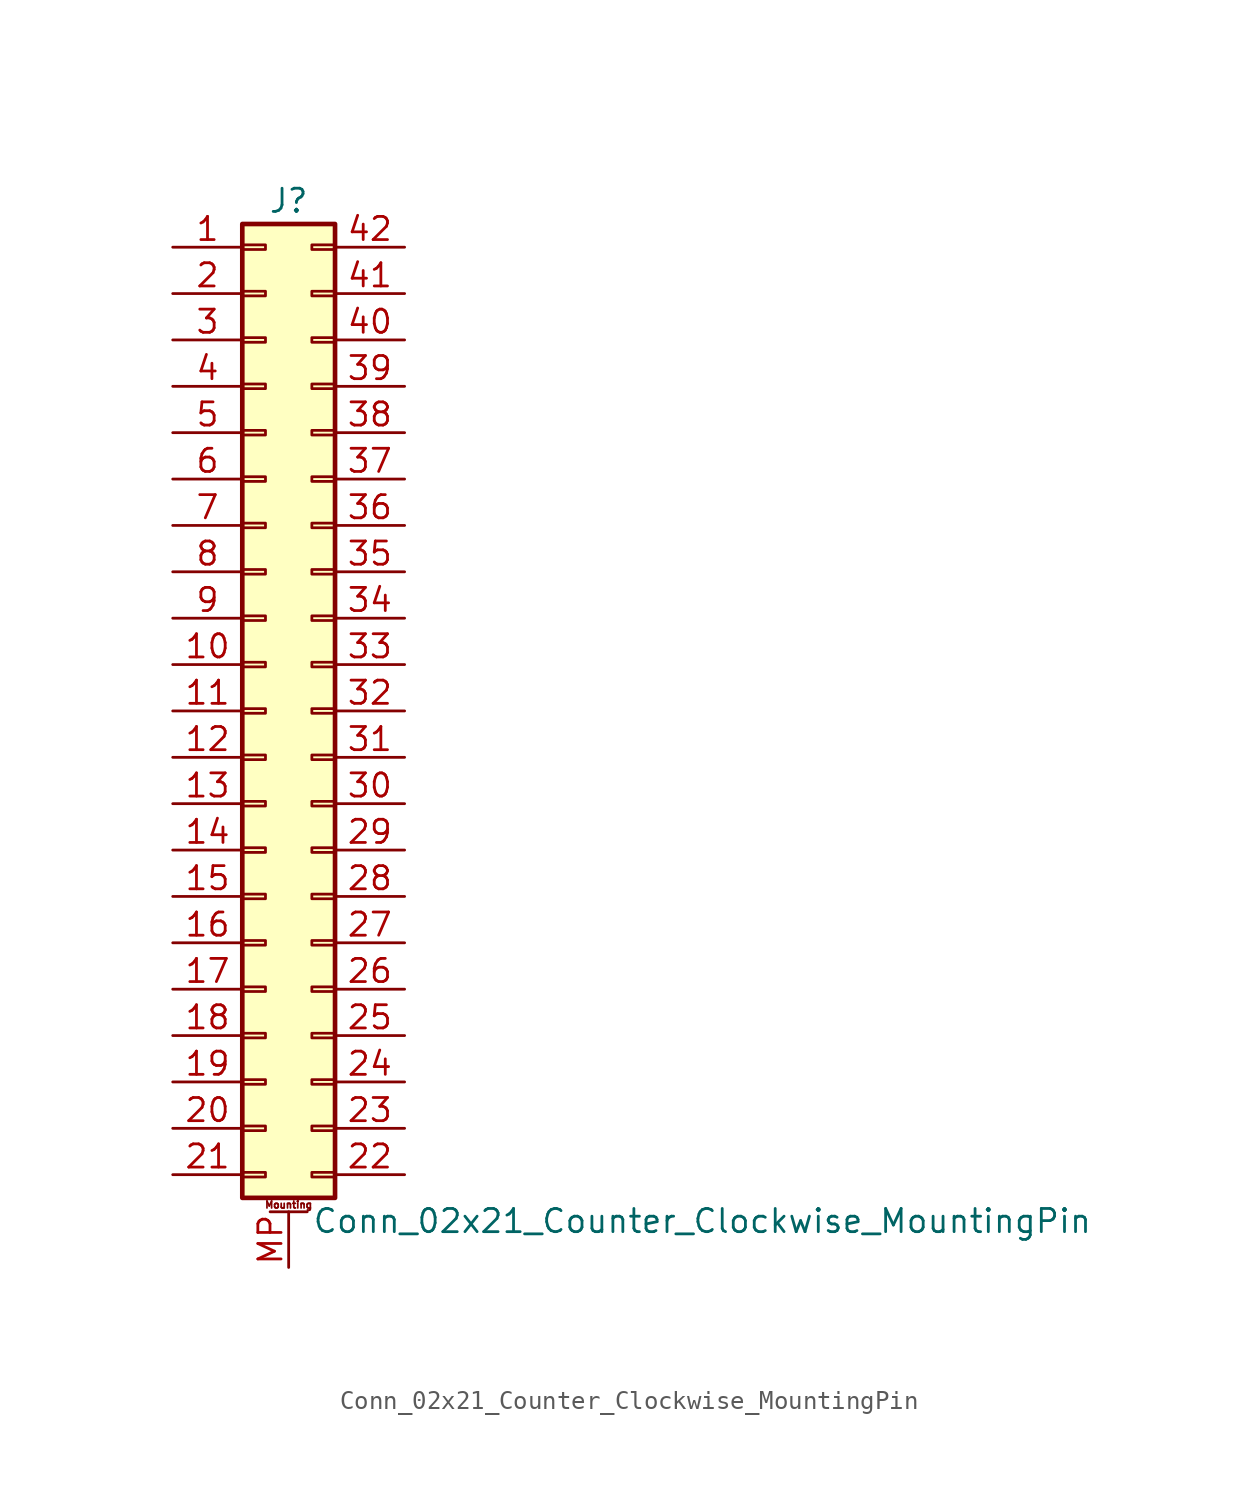
<source format=kicad_sym>
(kicad_symbol_lib
  (version 20201005)
  (generator kicad_symbol_editor)
  (symbol "Conn_02x21_Counter_Clockwise_MountingPin"
    (pin_names
      (offset 1.016) hide)
    (property "Reference" "J"
      (at 1.27 27.94 0)
      (effects (font (size 1.27 1.27))))
    (property "Value" "Conn_02x21_Counter_Clockwise_MountingPin"
      (at 2.54 -27.94 0)
      (effects (font (size 1.27 1.27)) (justify left)))
    (symbol "Conn_02x21_Counter_Clockwise_MountingPin_1_1"
      (text "Mounting" (at 1.27 -27.051 0) (effects (font (size 0.381 0.381))))
      (rectangle (start -1.27 -25.273) (end 0 -25.527) (stroke (width 0.152)) (fill (type none)))
      (rectangle (start -1.27 -22.733) (end 0 -22.987) (stroke (width 0.152)) (fill (type none)))
      (rectangle (start -1.27 -20.193) (end 0 -20.447) (stroke (width 0.152)) (fill (type none)))
      (rectangle (start -1.27 -17.653) (end 0 -17.907) (stroke (width 0.152)) (fill (type none)))
      (rectangle (start -1.27 -15.113) (end 0 -15.367) (stroke (width 0.152)) (fill (type none)))
      (rectangle (start -1.27 -12.573) (end 0 -12.827) (stroke (width 0.152)) (fill (type none)))
      (rectangle (start -1.27 -10.033) (end 0 -10.287) (stroke (width 0.152)) (fill (type none)))
      (rectangle (start -1.27 -7.493) (end 0 -7.747) (stroke (width 0.152)) (fill (type none)))
      (rectangle (start -1.27 -4.953) (end 0 -5.207) (stroke (width 0.152)) (fill (type none)))
      (rectangle (start -1.27 -2.413) (end 0 -2.667) (stroke (width 0.152)) (fill (type none)))
      (rectangle (start -1.27 0.127) (end 0 -0.127) (stroke (width 0.152)) (fill (type none)))
      (rectangle (start -1.27 2.667) (end 0 2.413) (stroke (width 0.152)) (fill (type none)))
      (rectangle (start -1.27 5.207) (end 0 4.953) (stroke (width 0.152)) (fill (type none)))
      (rectangle (start -1.27 7.747) (end 0 7.493) (stroke (width 0.152)) (fill (type none)))
      (rectangle (start -1.27 10.287) (end 0 10.033) (stroke (width 0.152)) (fill (type none)))
      (rectangle (start -1.27 12.827) (end 0 12.573) (stroke (width 0.152)) (fill (type none)))
      (rectangle (start -1.27 15.367) (end 0 15.113) (stroke (width 0.152)) (fill (type none)))
      (rectangle (start -1.27 17.907) (end 0 17.653) (stroke (width 0.152)) (fill (type none)))
      (rectangle (start -1.27 20.447) (end 0 20.193) (stroke (width 0.152)) (fill (type none)))
      (rectangle (start -1.27 22.987) (end 0 22.733) (stroke (width 0.152)) (fill (type none)))
      (rectangle (start -1.27 25.527) (end 0 25.273) (stroke (width 0.152)) (fill (type none)))
      (rectangle (start -1.27 26.67) (end 3.81 -26.67) (stroke (width 0.254)) (fill (type background)))
      (rectangle (start 3.81 -25.273) (end 2.54 -25.527) (stroke (width 0.152)) (fill (type none)))
      (rectangle (start 3.81 -22.733) (end 2.54 -22.987) (stroke (width 0.152)) (fill (type none)))
      (rectangle (start 3.81 -20.193) (end 2.54 -20.447) (stroke (width 0.152)) (fill (type none)))
      (rectangle (start 3.81 -17.653) (end 2.54 -17.907) (stroke (width 0.152)) (fill (type none)))
      (rectangle (start 3.81 -15.113) (end 2.54 -15.367) (stroke (width 0.152)) (fill (type none)))
      (rectangle (start 3.81 -12.573) (end 2.54 -12.827) (stroke (width 0.152)) (fill (type none)))
      (rectangle (start 3.81 -10.033) (end 2.54 -10.287) (stroke (width 0.152)) (fill (type none)))
      (rectangle (start 3.81 -7.493) (end 2.54 -7.747) (stroke (width 0.152)) (fill (type none)))
      (rectangle (start 3.81 -4.953) (end 2.54 -5.207) (stroke (width 0.152)) (fill (type none)))
      (rectangle (start 3.81 -2.413) (end 2.54 -2.667) (stroke (width 0.152)) (fill (type none)))
      (rectangle (start 3.81 0.127) (end 2.54 -0.127) (stroke (width 0.152)) (fill (type none)))
      (rectangle (start 3.81 2.667) (end 2.54 2.413) (stroke (width 0.152)) (fill (type none)))
      (rectangle (start 3.81 5.207) (end 2.54 4.953) (stroke (width 0.152)) (fill (type none)))
      (rectangle (start 3.81 7.747) (end 2.54 7.493) (stroke (width 0.152)) (fill (type none)))
      (rectangle (start 3.81 10.287) (end 2.54 10.033) (stroke (width 0.152)) (fill (type none)))
      (rectangle (start 3.81 12.827) (end 2.54 12.573) (stroke (width 0.152)) (fill (type none)))
      (rectangle (start 3.81 15.367) (end 2.54 15.113) (stroke (width 0.152)) (fill (type none)))
      (rectangle (start 3.81 17.907) (end 2.54 17.653) (stroke (width 0.152)) (fill (type none)))
      (rectangle (start 3.81 20.447) (end 2.54 20.193) (stroke (width 0.152)) (fill (type none)))
      (rectangle (start 3.81 22.987) (end 2.54 22.733) (stroke (width 0.152)) (fill (type none)))
      (rectangle (start 3.81 25.527) (end 2.54 25.273) (stroke (width 0.152)) (fill (type none)))
      (polyline (pts (xy 0.254 -27.432) (xy 2.286 -27.432)) (stroke (width 0.152)) (fill (type none)))
      (pin passive line (at -5.08 25.4 0) (length 3.81) (name "Pin_1" (effects (font (size 1.27 1.27)))) (number "1" (effects (font (size 1.27 1.27)))))
      (pin passive line (at -5.08 2.54 0) (length 3.81) (name "Pin_10" (effects (font (size 1.27 1.27)))) (number "10" (effects (font (size 1.27 1.27)))))
      (pin passive line (at -5.08 0 0) (length 3.81) (name "Pin_11" (effects (font (size 1.27 1.27)))) (number "11" (effects (font (size 1.27 1.27)))))
      (pin passive line (at -5.08 -2.54 0) (length 3.81) (name "Pin_12" (effects (font (size 1.27 1.27)))) (number "12" (effects (font (size 1.27 1.27)))))
      (pin passive line (at -5.08 -5.08 0) (length 3.81) (name "Pin_13" (effects (font (size 1.27 1.27)))) (number "13" (effects (font (size 1.27 1.27)))))
      (pin passive line (at -5.08 -7.62 0) (length 3.81) (name "Pin_14" (effects (font (size 1.27 1.27)))) (number "14" (effects (font (size 1.27 1.27)))))
      (pin passive line (at -5.08 -10.16 0) (length 3.81) (name "Pin_15" (effects (font (size 1.27 1.27)))) (number "15" (effects (font (size 1.27 1.27)))))
      (pin passive line (at -5.08 -12.7 0) (length 3.81) (name "Pin_16" (effects (font (size 1.27 1.27)))) (number "16" (effects (font (size 1.27 1.27)))))
      (pin passive line (at -5.08 -15.24 0) (length 3.81) (name "Pin_17" (effects (font (size 1.27 1.27)))) (number "17" (effects (font (size 1.27 1.27)))))
      (pin passive line (at -5.08 -17.78 0) (length 3.81) (name "Pin_18" (effects (font (size 1.27 1.27)))) (number "18" (effects (font (size 1.27 1.27)))))
      (pin passive line (at -5.08 -20.32 0) (length 3.81) (name "Pin_19" (effects (font (size 1.27 1.27)))) (number "19" (effects (font (size 1.27 1.27)))))
      (pin passive line (at -5.08 22.86 0) (length 3.81) (name "Pin_2" (effects (font (size 1.27 1.27)))) (number "2" (effects (font (size 1.27 1.27)))))
      (pin passive line (at -5.08 -22.86 0) (length 3.81) (name "Pin_20" (effects (font (size 1.27 1.27)))) (number "20" (effects (font (size 1.27 1.27)))))
      (pin passive line (at -5.08 -25.4 0) (length 3.81) (name "Pin_21" (effects (font (size 1.27 1.27)))) (number "21" (effects (font (size 1.27 1.27)))))
      (pin passive line (at 7.62 -25.4 180) (length 3.81) (name "Pin_22" (effects (font (size 1.27 1.27)))) (number "22" (effects (font (size 1.27 1.27)))))
      (pin passive line (at 7.62 -22.86 180) (length 3.81) (name "Pin_23" (effects (font (size 1.27 1.27)))) (number "23" (effects (font (size 1.27 1.27)))))
      (pin passive line (at 7.62 -20.32 180) (length 3.81) (name "Pin_24" (effects (font (size 1.27 1.27)))) (number "24" (effects (font (size 1.27 1.27)))))
      (pin passive line (at 7.62 -17.78 180) (length 3.81) (name "Pin_25" (effects (font (size 1.27 1.27)))) (number "25" (effects (font (size 1.27 1.27)))))
      (pin passive line (at 7.62 -15.24 180) (length 3.81) (name "Pin_26" (effects (font (size 1.27 1.27)))) (number "26" (effects (font (size 1.27 1.27)))))
      (pin passive line (at 7.62 -12.7 180) (length 3.81) (name "Pin_27" (effects (font (size 1.27 1.27)))) (number "27" (effects (font (size 1.27 1.27)))))
      (pin passive line (at 7.62 -10.16 180) (length 3.81) (name "Pin_28" (effects (font (size 1.27 1.27)))) (number "28" (effects (font (size 1.27 1.27)))))
      (pin passive line (at 7.62 -7.62 180) (length 3.81) (name "Pin_29" (effects (font (size 1.27 1.27)))) (number "29" (effects (font (size 1.27 1.27)))))
      (pin passive line (at -5.08 20.32 0) (length 3.81) (name "Pin_3" (effects (font (size 1.27 1.27)))) (number "3" (effects (font (size 1.27 1.27)))))
      (pin passive line (at 7.62 -5.08 180) (length 3.81) (name "Pin_30" (effects (font (size 1.27 1.27)))) (number "30" (effects (font (size 1.27 1.27)))))
      (pin passive line (at 7.62 -2.54 180) (length 3.81) (name "Pin_31" (effects (font (size 1.27 1.27)))) (number "31" (effects (font (size 1.27 1.27)))))
      (pin passive line (at 7.62 0 180) (length 3.81) (name "Pin_32" (effects (font (size 1.27 1.27)))) (number "32" (effects (font (size 1.27 1.27)))))
      (pin passive line (at 7.62 2.54 180) (length 3.81) (name "Pin_33" (effects (font (size 1.27 1.27)))) (number "33" (effects (font (size 1.27 1.27)))))
      (pin passive line (at 7.62 5.08 180) (length 3.81) (name "Pin_34" (effects (font (size 1.27 1.27)))) (number "34" (effects (font (size 1.27 1.27)))))
      (pin passive line (at 7.62 7.62 180) (length 3.81) (name "Pin_35" (effects (font (size 1.27 1.27)))) (number "35" (effects (font (size 1.27 1.27)))))
      (pin passive line (at 7.62 10.16 180) (length 3.81) (name "Pin_36" (effects (font (size 1.27 1.27)))) (number "36" (effects (font (size 1.27 1.27)))))
      (pin passive line (at 7.62 12.7 180) (length 3.81) (name "Pin_37" (effects (font (size 1.27 1.27)))) (number "37" (effects (font (size 1.27 1.27)))))
      (pin passive line (at 7.62 15.24 180) (length 3.81) (name "Pin_38" (effects (font (size 1.27 1.27)))) (number "38" (effects (font (size 1.27 1.27)))))
      (pin passive line (at 7.62 17.78 180) (length 3.81) (name "Pin_39" (effects (font (size 1.27 1.27)))) (number "39" (effects (font (size 1.27 1.27)))))
      (pin passive line (at -5.08 17.78 0) (length 3.81) (name "Pin_4" (effects (font (size 1.27 1.27)))) (number "4" (effects (font (size 1.27 1.27)))))
      (pin passive line (at 7.62 20.32 180) (length 3.81) (name "Pin_40" (effects (font (size 1.27 1.27)))) (number "40" (effects (font (size 1.27 1.27)))))
      (pin passive line (at 7.62 22.86 180) (length 3.81) (name "Pin_41" (effects (font (size 1.27 1.27)))) (number "41" (effects (font (size 1.27 1.27)))))
      (pin passive line (at 7.62 25.4 180) (length 3.81) (name "Pin_42" (effects (font (size 1.27 1.27)))) (number "42" (effects (font (size 1.27 1.27)))))
      (pin passive line (at -5.08 15.24 0) (length 3.81) (name "Pin_5" (effects (font (size 1.27 1.27)))) (number "5" (effects (font (size 1.27 1.27)))))
      (pin passive line (at -5.08 12.7 0) (length 3.81) (name "Pin_6" (effects (font (size 1.27 1.27)))) (number "6" (effects (font (size 1.27 1.27)))))
      (pin passive line (at -5.08 10.16 0) (length 3.81) (name "Pin_7" (effects (font (size 1.27 1.27)))) (number "7" (effects (font (size 1.27 1.27)))))
      (pin passive line (at -5.08 7.62 0) (length 3.81) (name "Pin_8" (effects (font (size 1.27 1.27)))) (number "8" (effects (font (size 1.27 1.27)))))
      (pin passive line (at -5.08 5.08 0) (length 3.81) (name "Pin_9" (effects (font (size 1.27 1.27)))) (number "9" (effects (font (size 1.27 1.27)))))
      (pin passive line (at 1.27 -30.48 90) (length 3.048) (name "MountPin" (effects (font (size 1.27 1.27)))) (number "MP" (effects (font (size 1.27 1.27))))))))
</source>
